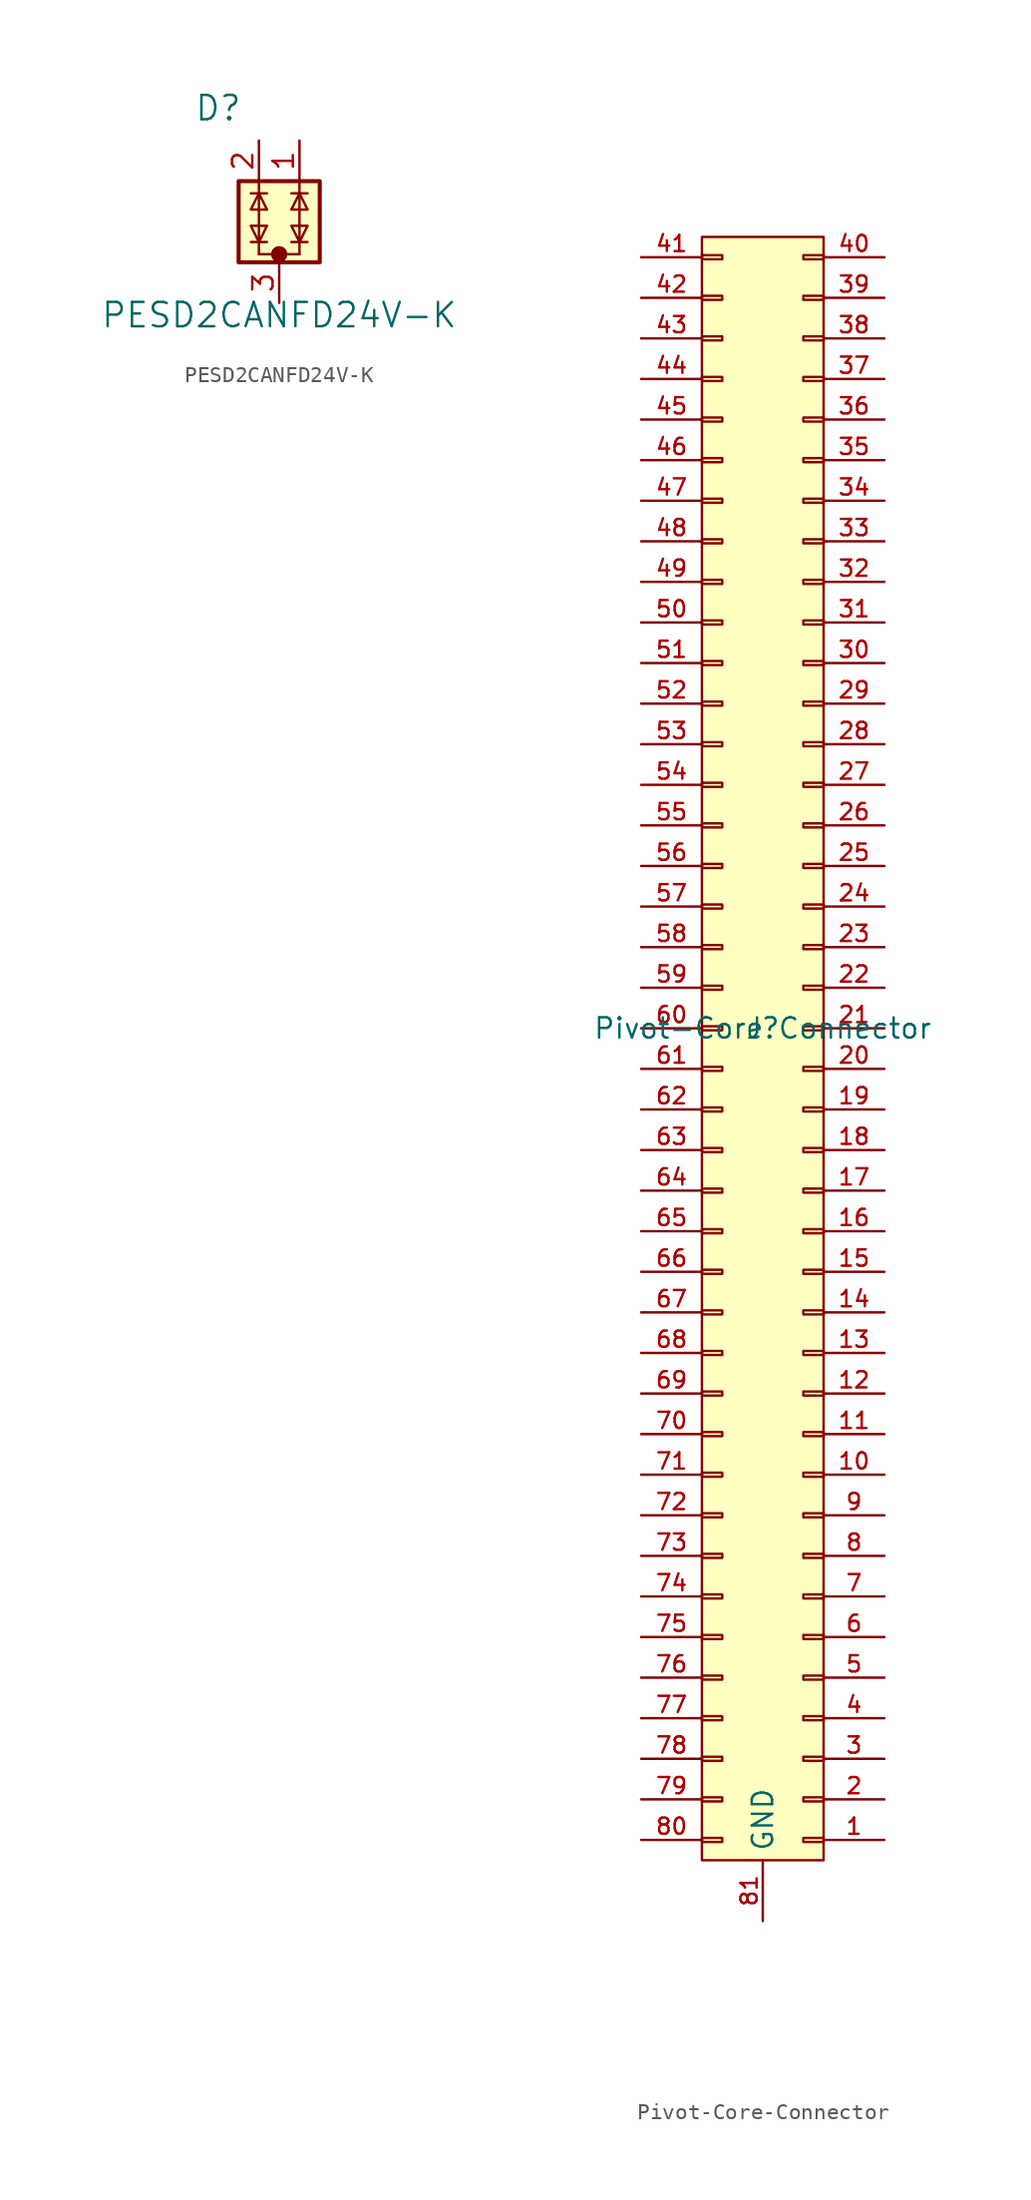
<source format=kicad_sym>
(kicad_symbol_lib
  (version 20231120)
  (generator "kicad_symbol_editor")
  (generator_version "8.0")
  (symbol "PESD2CANFD24V-K"
    (pin_names
      (offset 0) hide)
    (property "Reference" "D"
      (at -5.334 7.112 0)
      (effects (font (size 1.524 1.524)) (justify left)))
    (property "Value" "PESD2CANFD24V-K"
      (at 0 -5.842 0)
      (effects (font (size 1.524 1.524))))
    (symbol "PESD2CANFD24V-K_0_0"
      (circle (center 0 -2.032) (radius 0.0001) (stroke (width 0.508) (type default)) (fill (type none))))
    (symbol "PESD2CANFD24V-K_0_1"
      (polyline (pts (xy -1.778 -1.27) (xy -0.762 -1.27)) (stroke (width 0) (type default)) (fill (type none)))
      (polyline (pts (xy -1.778 1.778) (xy -0.762 1.778)) (stroke (width 0) (type default)) (fill (type none)))
      (polyline (pts (xy -1.27 -2.032) (xy -1.27 2.54)) (stroke (width 0) (type default)) (fill (type none)))
      (polyline (pts (xy 0 -2.032) (xy 0 -2.54)) (stroke (width 0) (type default)) (fill (type none)))
      (polyline (pts (xy 0.762 -1.27) (xy 1.778 -1.27)) (stroke (width 0) (type default)) (fill (type none)))
      (polyline (pts (xy 0.762 1.778) (xy 1.778 1.778)) (stroke (width 0) (type default)) (fill (type none)))
      (polyline (pts (xy 1.27 -2.032) (xy -1.27 -2.032)) (stroke (width 0) (type default)) (fill (type none)))
      (polyline (pts (xy 1.27 -2.032) (xy 1.27 2.54)) (stroke (width 0) (type default)) (fill (type none)))
      (polyline (pts (xy -0.762 -0.254) (xy -1.778 -0.254) (xy -1.27 -1.27) (xy -0.762 -0.254)) (stroke (width 0) (type default)) (fill (type none)))
      (polyline (pts (xy -0.762 0.762) (xy -1.778 0.762) (xy -1.27 1.778) (xy -0.762 0.762)) (stroke (width 0) (type default)) (fill (type none)))
      (polyline (pts (xy 1.778 -0.254) (xy 0.762 -0.254) (xy 1.27 -1.27) (xy 1.778 -0.254)) (stroke (width 0) (type default)) (fill (type none)))
      (polyline (pts (xy 1.778 0.762) (xy 0.762 0.762) (xy 1.27 1.778) (xy 1.778 0.762)) (stroke (width 0) (type default)) (fill (type none))))
    (symbol "PESD2CANFD24V-K_1_1"
      (rectangle (start -2.54 2.54) (end 2.54 -2.54) (stroke (width 0.254) (type default)) (fill (type background)))
      (pin passive line (at 1.27 5.08 270) (length 2.54) (name "1" (effects (font (size 1.27 1.27)))) (number "1" (effects (font (size 1.27 1.27)))))
      (pin passive line (at -1.27 5.08 270) (length 2.54) (name "1" (effects (font (size 1.27 1.27)))) (number "2" (effects (font (size 1.27 1.27)))))
      (pin passive line (at 0 -5.08 90) (length 2.54) (name "GND" (effects (font (size 1.27 1.27)))) (number "3" (effects (font (size 1.27 1.27)))))))
  (symbol "Pivot-Core-Connector"
    (property "Reference" "J"
      (at 0 0 0)
      (effects (font (size 1.27 1.27))))
    (property "Value" "Pivot-Core Connector"
      (at 0 0 0)
      (effects (font (size 1.27 1.27))))
    (symbol "Pivot-Core-Connector_1_1"
      (rectangle (start -3.81 -50.927) (end -2.54 -50.673) (stroke (width 0.152) (type default)) (fill (type none)))
      (rectangle (start -3.81 -48.387) (end -2.54 -48.133) (stroke (width 0.152) (type default)) (fill (type none)))
      (rectangle (start -3.81 -45.847) (end -2.54 -45.593) (stroke (width 0.152) (type default)) (fill (type none)))
      (rectangle (start -3.81 -43.307) (end -2.54 -43.053) (stroke (width 0.152) (type default)) (fill (type none)))
      (rectangle (start -3.81 -40.767) (end -2.54 -40.513) (stroke (width 0.152) (type default)) (fill (type none)))
      (rectangle (start -3.81 -38.227) (end -2.54 -37.973) (stroke (width 0.152) (type default)) (fill (type none)))
      (rectangle (start -3.81 -35.687) (end -2.54 -35.433) (stroke (width 0.152) (type default)) (fill (type none)))
      (rectangle (start -3.81 -33.147) (end -2.54 -32.893) (stroke (width 0.152) (type default)) (fill (type none)))
      (rectangle (start -3.81 -30.607) (end -2.54 -30.353) (stroke (width 0.152) (type default)) (fill (type none)))
      (rectangle (start -3.81 25.527) (end -2.54 25.273) (stroke (width 0.152) (type default)) (fill (type none)))
      (rectangle (start -3.81 28.067) (end -2.54 27.813) (stroke (width 0.152) (type default)) (fill (type none)))
      (rectangle (start -3.81 30.607) (end -2.54 30.353) (stroke (width 0.152) (type default)) (fill (type none)))
      (rectangle (start -3.81 33.147) (end -2.54 32.893) (stroke (width 0.152) (type default)) (fill (type none)))
      (rectangle (start -3.81 35.687) (end -2.54 35.433) (stroke (width 0.152) (type default)) (fill (type none)))
      (rectangle (start -3.81 38.227) (end -2.54 37.973) (stroke (width 0.152) (type default)) (fill (type none)))
      (rectangle (start -3.81 40.767) (end -2.54 40.513) (stroke (width 0.152) (type default)) (fill (type none)))
      (rectangle (start -3.81 43.307) (end -2.54 43.053) (stroke (width 0.152) (type default)) (fill (type none)))
      (rectangle (start -3.81 45.847) (end -2.54 45.593) (stroke (width 0.152) (type default)) (fill (type none)))
      (rectangle (start -3.81 48.387) (end -2.54 48.133) (stroke (width 0.152) (type default)) (fill (type none)))
      (rectangle (start -3.81 49.53) (end 3.81 -52.07) (stroke (width 0) (type default)) (fill (type background)))
      (rectangle (start -2.54 -27.813) (end -3.81 -28.067) (stroke (width 0.152) (type default)) (fill (type none)))
      (rectangle (start -2.54 -25.273) (end -3.81 -25.527) (stroke (width 0.152) (type default)) (fill (type none)))
      (rectangle (start -2.54 -22.733) (end -3.81 -22.987) (stroke (width 0.152) (type default)) (fill (type none)))
      (rectangle (start -2.54 -20.193) (end -3.81 -20.447) (stroke (width 0.152) (type default)) (fill (type none)))
      (rectangle (start -2.54 -17.653) (end -3.81 -17.907) (stroke (width 0.152) (type default)) (fill (type none)))
      (rectangle (start -2.54 -15.113) (end -3.81 -15.367) (stroke (width 0.152) (type default)) (fill (type none)))
      (rectangle (start -2.54 -12.573) (end -3.81 -12.827) (stroke (width 0.152) (type default)) (fill (type none)))
      (rectangle (start -2.54 -10.033) (end -3.81 -10.287) (stroke (width 0.152) (type default)) (fill (type none)))
      (rectangle (start -2.54 -7.493) (end -3.81 -7.747) (stroke (width 0.152) (type default)) (fill (type none)))
      (rectangle (start -2.54 -4.953) (end -3.81 -5.207) (stroke (width 0.152) (type default)) (fill (type none)))
      (rectangle (start -2.54 -2.413) (end -3.81 -2.667) (stroke (width 0.152) (type default)) (fill (type none)))
      (rectangle (start -2.54 -0.127) (end -3.81 0.127) (stroke (width 0.152) (type default)) (fill (type none)))
      (rectangle (start -2.54 2.413) (end -3.81 2.667) (stroke (width 0.152) (type default)) (fill (type none)))
      (rectangle (start -2.54 4.953) (end -3.81 5.207) (stroke (width 0.152) (type default)) (fill (type none)))
      (rectangle (start -2.54 7.493) (end -3.81 7.747) (stroke (width 0.152) (type default)) (fill (type none)))
      (rectangle (start -2.54 10.033) (end -3.81 10.287) (stroke (width 0.152) (type default)) (fill (type none)))
      (rectangle (start -2.54 12.573) (end -3.81 12.827) (stroke (width 0.152) (type default)) (fill (type none)))
      (rectangle (start -2.54 15.113) (end -3.81 15.367) (stroke (width 0.152) (type default)) (fill (type none)))
      (rectangle (start -2.54 17.653) (end -3.81 17.907) (stroke (width 0.152) (type default)) (fill (type none)))
      (rectangle (start -2.54 20.193) (end -3.81 20.447) (stroke (width 0.152) (type default)) (fill (type none)))
      (rectangle (start -2.54 22.733) (end -3.81 22.987) (stroke (width 0.152) (type default)) (fill (type none)))
      (rectangle (start 2.54 -27.813) (end 3.81 -28.067) (stroke (width 0.152) (type default)) (fill (type none)))
      (rectangle (start 2.54 -25.273) (end 3.81 -25.527) (stroke (width 0.152) (type default)) (fill (type none)))
      (rectangle (start 2.54 -22.733) (end 3.81 -22.987) (stroke (width 0.152) (type default)) (fill (type none)))
      (rectangle (start 2.54 -20.193) (end 3.81 -20.447) (stroke (width 0.152) (type default)) (fill (type none)))
      (rectangle (start 2.54 -17.653) (end 3.81 -17.907) (stroke (width 0.152) (type default)) (fill (type none)))
      (rectangle (start 2.54 -15.113) (end 3.81 -15.367) (stroke (width 0.152) (type default)) (fill (type none)))
      (rectangle (start 2.54 -12.573) (end 3.81 -12.827) (stroke (width 0.152) (type default)) (fill (type none)))
      (rectangle (start 2.54 -10.033) (end 3.81 -10.287) (stroke (width 0.152) (type default)) (fill (type none)))
      (rectangle (start 2.54 -7.493) (end 3.81 -7.747) (stroke (width 0.152) (type default)) (fill (type none)))
      (rectangle (start 2.54 -4.953) (end 3.81 -5.207) (stroke (width 0.152) (type default)) (fill (type none)))
      (rectangle (start 2.54 -2.413) (end 3.81 -2.667) (stroke (width 0.152) (type default)) (fill (type none)))
      (rectangle (start 2.54 -0.127) (end 3.81 0.127) (stroke (width 0.152) (type default)) (fill (type none)))
      (rectangle (start 2.54 2.413) (end 3.81 2.667) (stroke (width 0.152) (type default)) (fill (type none)))
      (rectangle (start 2.54 4.953) (end 3.81 5.207) (stroke (width 0.152) (type default)) (fill (type none)))
      (rectangle (start 2.54 7.493) (end 3.81 7.747) (stroke (width 0.152) (type default)) (fill (type none)))
      (rectangle (start 2.54 10.033) (end 3.81 10.287) (stroke (width 0.152) (type default)) (fill (type none)))
      (rectangle (start 2.54 12.573) (end 3.81 12.827) (stroke (width 0.152) (type default)) (fill (type none)))
      (rectangle (start 2.54 15.113) (end 3.81 15.367) (stroke (width 0.152) (type default)) (fill (type none)))
      (rectangle (start 2.54 17.653) (end 3.81 17.907) (stroke (width 0.152) (type default)) (fill (type none)))
      (rectangle (start 2.54 20.193) (end 3.81 20.447) (stroke (width 0.152) (type default)) (fill (type none)))
      (rectangle (start 2.54 22.733) (end 3.81 22.987) (stroke (width 0.152) (type default)) (fill (type none)))
      (rectangle (start 3.81 -50.927) (end 2.54 -50.673) (stroke (width 0.152) (type default)) (fill (type none)))
      (rectangle (start 3.81 -48.387) (end 2.54 -48.133) (stroke (width 0.152) (type default)) (fill (type none)))
      (rectangle (start 3.81 -45.847) (end 2.54 -45.593) (stroke (width 0.152) (type default)) (fill (type none)))
      (rectangle (start 3.81 -43.307) (end 2.54 -43.053) (stroke (width 0.152) (type default)) (fill (type none)))
      (rectangle (start 3.81 -40.767) (end 2.54 -40.513) (stroke (width 0.152) (type default)) (fill (type none)))
      (rectangle (start 3.81 -38.227) (end 2.54 -37.973) (stroke (width 0.152) (type default)) (fill (type none)))
      (rectangle (start 3.81 -35.687) (end 2.54 -35.433) (stroke (width 0.152) (type default)) (fill (type none)))
      (rectangle (start 3.81 -33.147) (end 2.54 -32.893) (stroke (width 0.152) (type default)) (fill (type none)))
      (rectangle (start 3.81 -30.607) (end 2.54 -30.353) (stroke (width 0.152) (type default)) (fill (type none)))
      (rectangle (start 3.81 25.527) (end 2.54 25.273) (stroke (width 0.152) (type default)) (fill (type none)))
      (rectangle (start 3.81 28.067) (end 2.54 27.813) (stroke (width 0.152) (type default)) (fill (type none)))
      (rectangle (start 3.81 30.607) (end 2.54 30.353) (stroke (width 0.152) (type default)) (fill (type none)))
      (rectangle (start 3.81 33.147) (end 2.54 32.893) (stroke (width 0.152) (type default)) (fill (type none)))
      (rectangle (start 3.81 35.687) (end 2.54 35.433) (stroke (width 0.152) (type default)) (fill (type none)))
      (rectangle (start 3.81 38.227) (end 2.54 37.973) (stroke (width 0.152) (type default)) (fill (type none)))
      (rectangle (start 3.81 40.767) (end 2.54 40.513) (stroke (width 0.152) (type default)) (fill (type none)))
      (rectangle (start 3.81 43.307) (end 2.54 43.053) (stroke (width 0.152) (type default)) (fill (type none)))
      (rectangle (start 3.81 45.847) (end 2.54 45.593) (stroke (width 0.152) (type default)) (fill (type none)))
      (rectangle (start 3.81 48.387) (end 2.54 48.133) (stroke (width 0.152) (type default)) (fill (type none)))
      (pin passive line (at 7.62 -50.8 180) (length 3.81) (name "" (effects (font (size 1.27 1.27)))) (number "1" (effects (font (size 1.016 1.016)))))
      (pin passive line (at 7.62 -27.94 180) (length 3.81) (name "" (effects (font (size 1.27 1.27)))) (number "10" (effects (font (size 1.016 1.016)))))
      (pin passive line (at 7.62 -25.4 180) (length 3.81) (name "" (effects (font (size 1.27 1.27)))) (number "11" (effects (font (size 1.016 1.016)))))
      (pin passive line (at 7.62 -22.86 180) (length 3.81) (name "" (effects (font (size 1.27 1.27)))) (number "12" (effects (font (size 1.016 1.016)))))
      (pin passive line (at 7.62 -20.32 180) (length 3.81) (name "" (effects (font (size 1.27 1.27)))) (number "13" (effects (font (size 1.016 1.016)))))
      (pin passive line (at 7.62 -17.78 180) (length 3.81) (name "" (effects (font (size 1.27 1.27)))) (number "14" (effects (font (size 1.016 1.016)))))
      (pin passive line (at 7.62 -15.24 180) (length 3.81) (name "" (effects (font (size 1.27 1.27)))) (number "15" (effects (font (size 1.016 1.016)))))
      (pin passive line (at 7.62 -12.7 180) (length 3.81) (name "" (effects (font (size 1.27 1.27)))) (number "16" (effects (font (size 1.016 1.016)))))
      (pin passive line (at 7.62 -10.16 180) (length 3.81) (name "" (effects (font (size 1.27 1.27)))) (number "17" (effects (font (size 1.016 1.016)))))
      (pin passive line (at 7.62 -7.62 180) (length 3.81) (name "" (effects (font (size 1.27 1.27)))) (number "18" (effects (font (size 1.016 1.016)))))
      (pin passive line (at 7.62 -5.08 180) (length 3.81) (name "" (effects (font (size 1.27 1.27)))) (number "19" (effects (font (size 1.016 1.016)))))
      (pin passive line (at 7.62 -48.26 180) (length 3.81) (name "" (effects (font (size 1.27 1.27)))) (number "2" (effects (font (size 1.016 1.016)))))
      (pin passive line (at 7.62 -2.54 180) (length 3.81) (name "" (effects (font (size 1.27 1.27)))) (number "20" (effects (font (size 1.016 1.016)))))
      (pin passive line (at 7.62 0 180) (length 3.81) (name "" (effects (font (size 1.27 1.27)))) (number "21" (effects (font (size 1.016 1.016)))))
      (pin passive line (at 7.62 2.54 180) (length 3.81) (name "" (effects (font (size 1.27 1.27)))) (number "22" (effects (font (size 1.016 1.016)))))
      (pin passive line (at 7.62 5.08 180) (length 3.81) (name "" (effects (font (size 1.27 1.27)))) (number "23" (effects (font (size 1.016 1.016)))))
      (pin passive line (at 7.62 7.62 180) (length 3.81) (name "" (effects (font (size 1.27 1.27)))) (number "24" (effects (font (size 1.016 1.016)))))
      (pin passive line (at 7.62 10.16 180) (length 3.81) (name "" (effects (font (size 1.27 1.27)))) (number "25" (effects (font (size 1.016 1.016)))))
      (pin passive line (at 7.62 12.7 180) (length 3.81) (name "" (effects (font (size 1.27 1.27)))) (number "26" (effects (font (size 1.016 1.016)))))
      (pin passive line (at 7.62 15.24 180) (length 3.81) (name "" (effects (font (size 1.27 1.27)))) (number "27" (effects (font (size 1.016 1.016)))))
      (pin passive line (at 7.62 17.78 180) (length 3.81) (name "" (effects (font (size 1.27 1.27)))) (number "28" (effects (font (size 1.016 1.016)))))
      (pin passive line (at 7.62 20.32 180) (length 3.81) (name "" (effects (font (size 1.27 1.27)))) (number "29" (effects (font (size 1.016 1.016)))))
      (pin passive line (at 7.62 -45.72 180) (length 3.81) (name "" (effects (font (size 1.27 1.27)))) (number "3" (effects (font (size 1.016 1.016)))))
      (pin passive line (at 7.62 22.86 180) (length 3.81) (name "" (effects (font (size 1.27 1.27)))) (number "30" (effects (font (size 1.016 1.016)))))
      (pin passive line (at 7.62 25.4 180) (length 3.81) (name "" (effects (font (size 1.27 1.27)))) (number "31" (effects (font (size 1.016 1.016)))))
      (pin passive line (at 7.62 27.94 180) (length 3.81) (name "" (effects (font (size 1.27 1.27)))) (number "32" (effects (font (size 1.016 1.016)))))
      (pin passive line (at 7.62 30.48 180) (length 3.81) (name "" (effects (font (size 1.27 1.27)))) (number "33" (effects (font (size 1.016 1.016)))))
      (pin passive line (at 7.62 33.02 180) (length 3.81) (name "" (effects (font (size 1.27 1.27)))) (number "34" (effects (font (size 1.016 1.016)))))
      (pin passive line (at 7.62 35.56 180) (length 3.81) (name "" (effects (font (size 1.27 1.27)))) (number "35" (effects (font (size 1.016 1.016)))))
      (pin passive line (at 7.62 38.1 180) (length 3.81) (name "" (effects (font (size 1.27 1.27)))) (number "36" (effects (font (size 1.016 1.016)))))
      (pin passive line (at 7.62 40.64 180) (length 3.81) (name "" (effects (font (size 1.27 1.27)))) (number "37" (effects (font (size 1.016 1.016)))))
      (pin passive line (at 7.62 43.18 180) (length 3.81) (name "" (effects (font (size 1.27 1.27)))) (number "38" (effects (font (size 1.016 1.016)))))
      (pin passive line (at 7.62 45.72 180) (length 3.81) (name "" (effects (font (size 1.27 1.27)))) (number "39" (effects (font (size 1.016 1.016)))))
      (pin passive line (at 7.62 -43.18 180) (length 3.81) (name "" (effects (font (size 1.27 1.27)))) (number "4" (effects (font (size 1.016 1.016)))))
      (pin passive line (at 7.62 48.26 180) (length 3.81) (name "" (effects (font (size 1.27 1.27)))) (number "40" (effects (font (size 1.016 1.016)))))
      (pin passive line (at -7.62 48.26 0) (length 3.81) (name "" (effects (font (size 1.27 1.27)))) (number "41" (effects (font (size 1.016 1.016)))))
      (pin passive line (at -7.62 45.72 0) (length 3.81) (name "" (effects (font (size 1.27 1.27)))) (number "42" (effects (font (size 1.016 1.016)))))
      (pin passive line (at -7.62 43.18 0) (length 3.81) (name "" (effects (font (size 1.27 1.27)))) (number "43" (effects (font (size 1.016 1.016)))))
      (pin passive line (at -7.62 40.64 0) (length 3.81) (name "" (effects (font (size 1.27 1.27)))) (number "44" (effects (font (size 1.016 1.016)))))
      (pin passive line (at -7.62 38.1 0) (length 3.81) (name "" (effects (font (size 1.27 1.27)))) (number "45" (effects (font (size 1.016 1.016)))))
      (pin passive line (at -7.62 35.56 0) (length 3.81) (name "" (effects (font (size 1.27 1.27)))) (number "46" (effects (font (size 1.016 1.016)))))
      (pin passive line (at -7.62 33.02 0) (length 3.81) (name "" (effects (font (size 1.27 1.27)))) (number "47" (effects (font (size 1.016 1.016)))))
      (pin passive line (at -7.62 30.48 0) (length 3.81) (name "" (effects (font (size 1.27 1.27)))) (number "48" (effects (font (size 1.016 1.016)))))
      (pin passive line (at -7.62 27.94 0) (length 3.81) (name "" (effects (font (size 1.27 1.27)))) (number "49" (effects (font (size 1.016 1.016)))))
      (pin passive line (at 7.62 -40.64 180) (length 3.81) (name "" (effects (font (size 1.27 1.27)))) (number "5" (effects (font (size 1.016 1.016)))))
      (pin passive line (at -7.62 25.4 0) (length 3.81) (name "" (effects (font (size 1.27 1.27)))) (number "50" (effects (font (size 1.016 1.016)))))
      (pin passive line (at -7.62 22.86 0) (length 3.81) (name "" (effects (font (size 1.27 1.27)))) (number "51" (effects (font (size 1.016 1.016)))))
      (pin passive line (at -7.62 20.32 0) (length 3.81) (name "" (effects (font (size 1.27 1.27)))) (number "52" (effects (font (size 1.016 1.016)))))
      (pin passive line (at -7.62 17.78 0) (length 3.81) (name "" (effects (font (size 1.27 1.27)))) (number "53" (effects (font (size 1.016 1.016)))))
      (pin passive line (at -7.62 15.24 0) (length 3.81) (name "" (effects (font (size 1.27 1.27)))) (number "54" (effects (font (size 1.016 1.016)))))
      (pin passive line (at -7.62 12.7 0) (length 3.81) (name "" (effects (font (size 1.27 1.27)))) (number "55" (effects (font (size 1.016 1.016)))))
      (pin passive line (at -7.62 10.16 0) (length 3.81) (name "" (effects (font (size 1.27 1.27)))) (number "56" (effects (font (size 1.016 1.016)))))
      (pin passive line (at -7.62 7.62 0) (length 3.81) (name "" (effects (font (size 1.27 1.27)))) (number "57" (effects (font (size 1.016 1.016)))))
      (pin passive line (at -7.62 5.08 0) (length 3.81) (name "" (effects (font (size 1.27 1.27)))) (number "58" (effects (font (size 1.016 1.016)))))
      (pin passive line (at -7.62 2.54 0) (length 3.81) (name "" (effects (font (size 1.27 1.27)))) (number "59" (effects (font (size 1.016 1.016)))))
      (pin passive line (at 7.62 -38.1 180) (length 3.81) (name "" (effects (font (size 1.27 1.27)))) (number "6" (effects (font (size 1.016 1.016)))))
      (pin passive line (at -7.62 0 0) (length 3.81) (name "" (effects (font (size 1.27 1.27)))) (number "60" (effects (font (size 1.016 1.016)))))
      (pin passive line (at -7.62 -2.54 0) (length 3.81) (name "" (effects (font (size 1.27 1.27)))) (number "61" (effects (font (size 1.016 1.016)))))
      (pin passive line (at -7.62 -5.08 0) (length 3.81) (name "" (effects (font (size 1.27 1.27)))) (number "62" (effects (font (size 1.016 1.016)))))
      (pin passive line (at -7.62 -7.62 0) (length 3.81) (name "" (effects (font (size 1.27 1.27)))) (number "63" (effects (font (size 1.016 1.016)))))
      (pin passive line (at -7.62 -10.16 0) (length 3.81) (name "" (effects (font (size 1.27 1.27)))) (number "64" (effects (font (size 1.016 1.016)))))
      (pin passive line (at -7.62 -12.7 0) (length 3.81) (name "" (effects (font (size 1.27 1.27)))) (number "65" (effects (font (size 1.016 1.016)))))
      (pin passive line (at -7.62 -15.24 0) (length 3.81) (name "" (effects (font (size 1.27 1.27)))) (number "66" (effects (font (size 1.016 1.016)))))
      (pin passive line (at -7.62 -17.78 0) (length 3.81) (name "" (effects (font (size 1.27 1.27)))) (number "67" (effects (font (size 1.016 1.016)))))
      (pin passive line (at -7.62 -20.32 0) (length 3.81) (name "" (effects (font (size 1.27 1.27)))) (number "68" (effects (font (size 1.016 1.016)))))
      (pin passive line (at -7.62 -22.86 0) (length 3.81) (name "" (effects (font (size 1.27 1.27)))) (number "69" (effects (font (size 1.016 1.016)))))
      (pin passive line (at 7.62 -35.56 180) (length 3.81) (name "" (effects (font (size 1.27 1.27)))) (number "7" (effects (font (size 1.016 1.016)))))
      (pin passive line (at -7.62 -25.4 0) (length 3.81) (name "" (effects (font (size 1.27 1.27)))) (number "70" (effects (font (size 1.016 1.016)))))
      (pin passive line (at -7.62 -27.94 0) (length 3.81) (name "" (effects (font (size 1.27 1.27)))) (number "71" (effects (font (size 1.016 1.016)))))
      (pin passive line (at -7.62 -30.48 0) (length 3.81) (name "" (effects (font (size 1.27 1.27)))) (number "72" (effects (font (size 1.016 1.016)))))
      (pin passive line (at -7.62 -33.02 0) (length 3.81) (name "" (effects (font (size 1.27 1.27)))) (number "73" (effects (font (size 1.016 1.016)))))
      (pin passive line (at -7.62 -35.56 0) (length 3.81) (name "" (effects (font (size 1.27 1.27)))) (number "74" (effects (font (size 1.016 1.016)))))
      (pin passive line (at -7.62 -38.1 0) (length 3.81) (name "" (effects (font (size 1.27 1.27)))) (number "75" (effects (font (size 1.016 1.016)))))
      (pin passive line (at -7.62 -40.64 0) (length 3.81) (name "" (effects (font (size 1.27 1.27)))) (number "76" (effects (font (size 1.016 1.016)))))
      (pin passive line (at -7.62 -43.18 0) (length 3.81) (name "" (effects (font (size 1.27 1.27)))) (number "77" (effects (font (size 1.016 1.016)))))
      (pin passive line (at -7.62 -45.72 0) (length 3.81) (name "" (effects (font (size 1.27 1.27)))) (number "78" (effects (font (size 1.016 1.016)))))
      (pin passive line (at -7.62 -48.26 0) (length 3.81) (name "" (effects (font (size 1.27 1.27)))) (number "79" (effects (font (size 1.016 1.016)))))
      (pin passive line (at 7.62 -33.02 180) (length 3.81) (name "" (effects (font (size 1.27 1.27)))) (number "8" (effects (font (size 1.016 1.016)))))
      (pin passive line (at -7.62 -50.8 0) (length 3.81) (name "" (effects (font (size 1.27 1.27)))) (number "80" (effects (font (size 1.016 1.016)))))
      (pin passive line (at 0 -55.88 90) (length 3.81) (name "GND" (effects (font (size 1.27 1.27)))) (number "81" (effects (font (size 1.016 1.016)))))
      (pin passive line (at 7.62 -30.48 180) (length 3.81) (name "" (effects (font (size 1.27 1.27)))) (number "9" (effects (font (size 1.016 1.016))))))))
</source>
